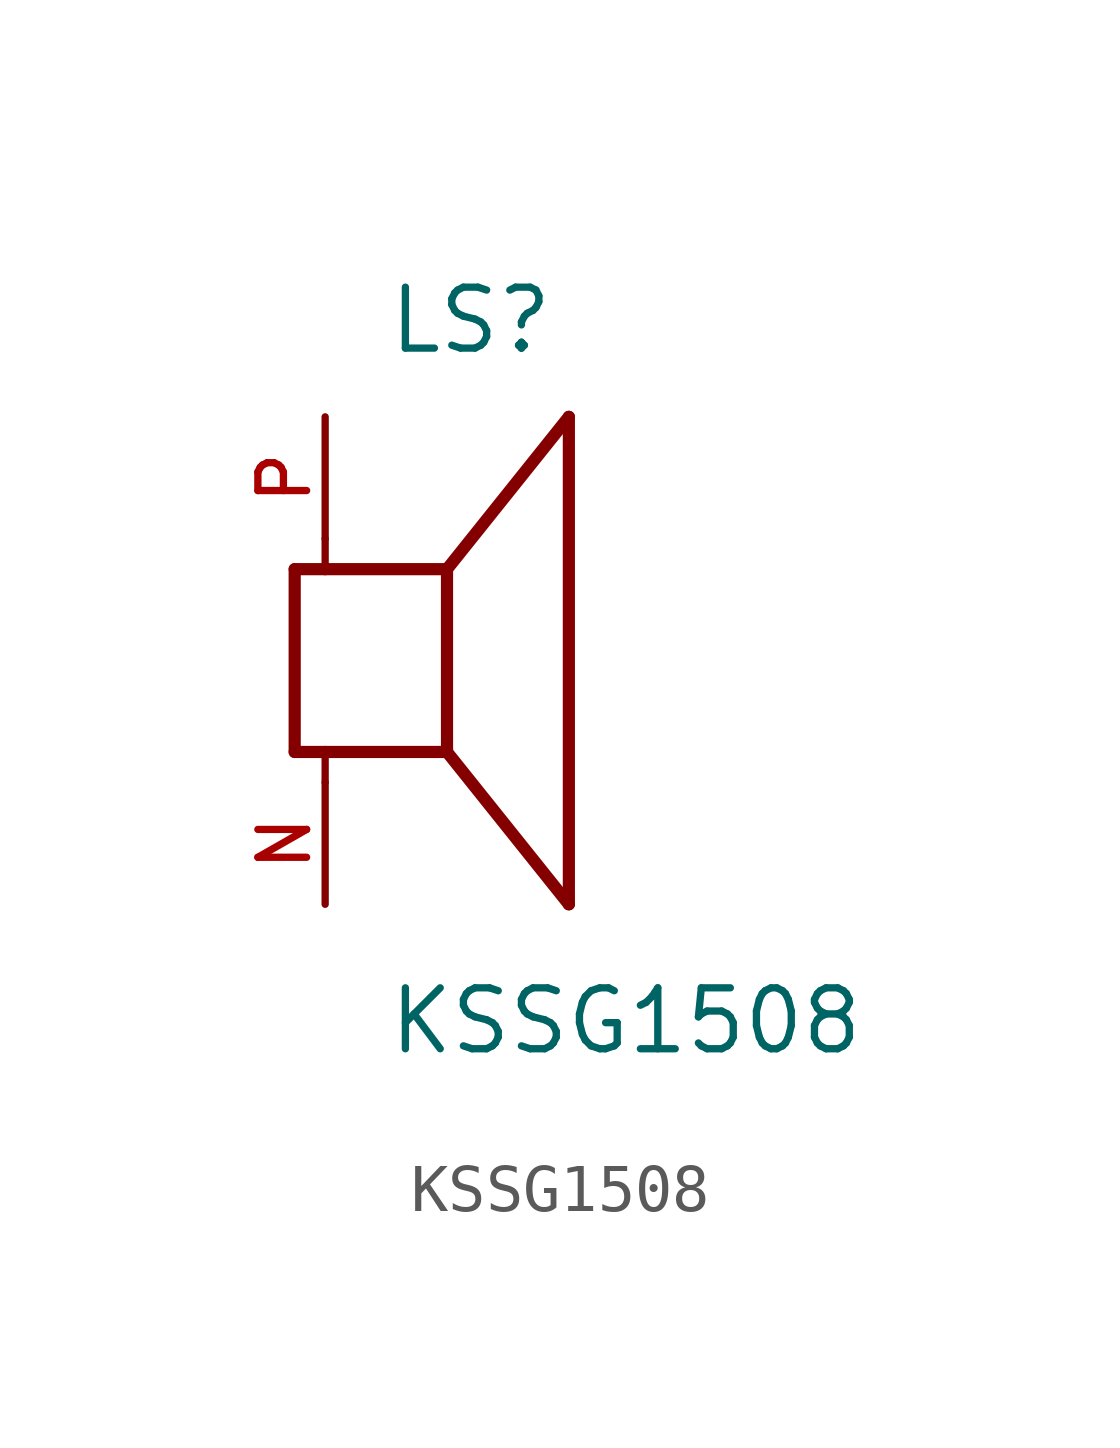
<source format=kicad_sym>
(kicad_symbol_lib
  (version 20211014)
  (generator kicad_symbol_editor)
  (symbol "KSSG1508"
    (pin_names
      (offset 1.016))
    (property "Reference" "LS"
      (at -1.27 6.35 0)
      (effects (font (size 1.27 1.27)) (justify bottom left)))
    (property "Value" "KSSG1508"
      (at -1.27 -8.255 0)
      (effects (font (size 1.27 1.27)) (justify bottom left)))
    (symbol "KSSG1508_0_0"
      (polyline (pts (xy -3.175 1.905) (xy -3.175 -1.905)) (stroke (width 0.254)))
      (polyline (pts (xy -3.175 -1.905) (xy -2.54 -1.905)) (stroke (width 0.254)))
      (polyline (pts (xy 0.0 -1.905) (xy 0.0 1.905)) (stroke (width 0.254)))
      (polyline (pts (xy -3.175 1.905) (xy -2.54 1.905)) (stroke (width 0.254)))
      (polyline (pts (xy 0.0 -1.905) (xy 2.54 -5.08)) (stroke (width 0.254)))
      (polyline (pts (xy 2.54 -5.08) (xy 2.54 5.08)) (stroke (width 0.254)))
      (polyline (pts (xy 0.0 1.905) (xy 2.54 5.08)) (stroke (width 0.254)))
      (polyline (pts (xy -2.54 -2.54) (xy -2.54 -1.905)) (stroke (width 0.152)))
      (polyline (pts (xy -2.54 -1.905) (xy 0.0 -1.905)) (stroke (width 0.254)))
      (polyline (pts (xy -2.54 2.54) (xy -2.54 1.905)) (stroke (width 0.152)))
      (polyline (pts (xy -2.54 1.905) (xy 0.0 1.905)) (stroke (width 0.254)))
      (pin passive line (at -2.54 -5.08 90.0) (length 2.54) (name "~" (effects (font (size 1.016 1.016)))) (number "N" (effects (font (size 1.016 1.016)))))
      (pin passive line (at -2.54 5.08 270.0) (length 2.54) (name "~" (effects (font (size 1.016 1.016)))) (number "P" (effects (font (size 1.016 1.016))))))))
</source>
